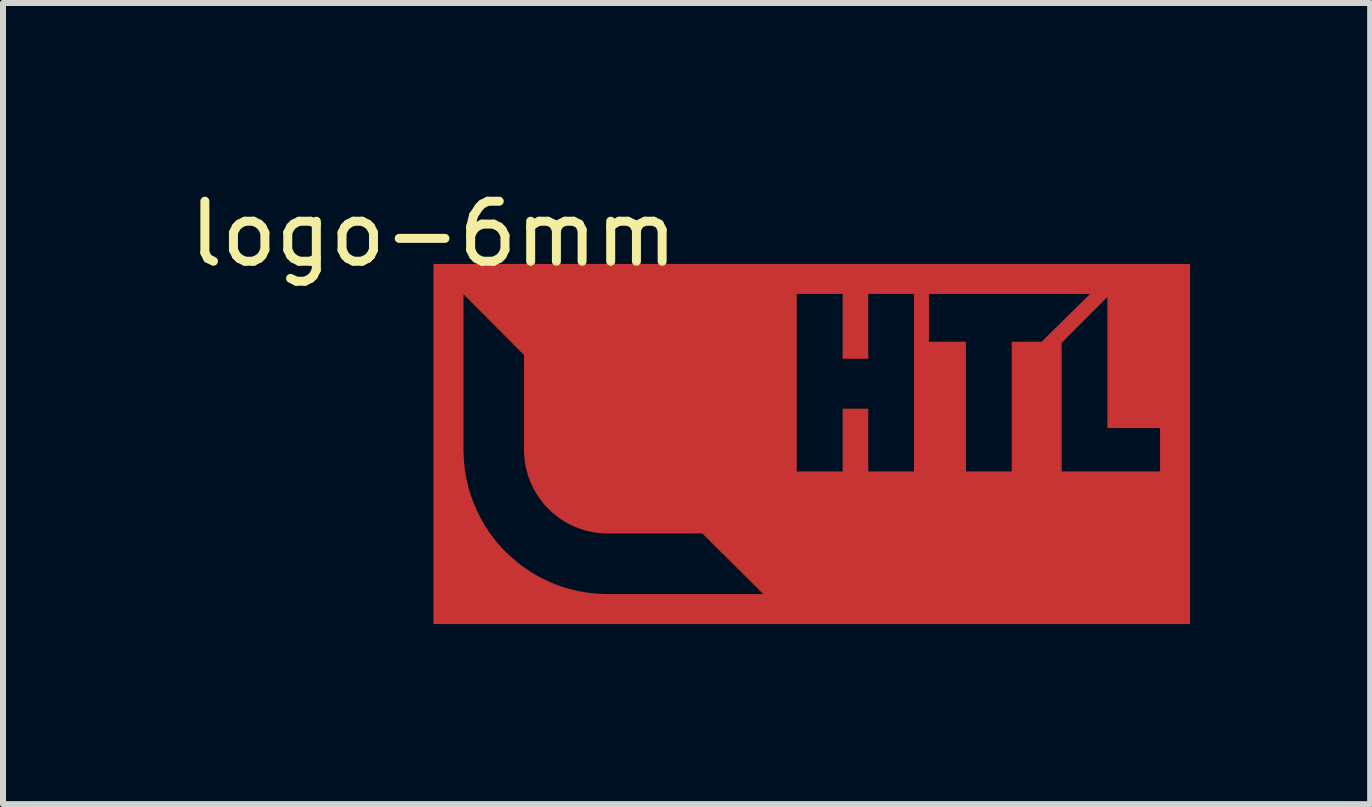
<source format=kicad_pcb>
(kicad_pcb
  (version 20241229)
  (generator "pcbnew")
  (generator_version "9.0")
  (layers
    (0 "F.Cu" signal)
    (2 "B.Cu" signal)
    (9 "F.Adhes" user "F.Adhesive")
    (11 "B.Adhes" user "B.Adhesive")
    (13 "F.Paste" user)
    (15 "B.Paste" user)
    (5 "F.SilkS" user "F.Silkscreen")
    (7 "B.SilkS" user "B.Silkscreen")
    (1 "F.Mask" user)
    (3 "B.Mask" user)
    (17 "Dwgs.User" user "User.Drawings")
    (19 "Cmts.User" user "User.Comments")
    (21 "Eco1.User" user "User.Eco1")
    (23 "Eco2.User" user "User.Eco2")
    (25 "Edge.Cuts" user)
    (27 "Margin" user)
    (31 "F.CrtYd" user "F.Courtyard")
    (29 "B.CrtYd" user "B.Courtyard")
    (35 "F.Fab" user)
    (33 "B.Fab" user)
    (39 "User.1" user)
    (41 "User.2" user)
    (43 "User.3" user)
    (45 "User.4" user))
  (footprint "logo-6mm"
    (layer "F.Cu")
    (at 4.173 1.348)
    (property "Reference" "logo-6mm" (at 0 -0.5 0) (unlocked yes) (layer "F.SilkS") (effects (font (size 1 1) (thickness 0.15))))
    (attr smd)
    (fp_poly (pts (xy 12.606 6) (xy 0 6) (xy 0 0.505) (xy 0.5 0.505) (xy 0.5 3.101) (xy 0.504 3.225) (xy 0.513 3.347) (xy 0.528 3.467) (xy 0.55 3.585) (xy 0.576 3.701) (xy 0.609 3.815) (xy 0.647 3.926) (xy 0.69 4.035) (xy 0.738 4.142) (xy 0.791 4.245) (xy 0.849 4.346) (xy 0.911 4.443) (xy 0.978 4.537) (xy 1.049 4.628) (xy 1.125 4.715) (xy 1.204 4.798) (xy 1.288 4.877) (xy 1.375 4.953) (xy 1.465 5.024) (xy 1.56 5.091) (xy 1.657 5.153) (xy 1.758 5.211) (xy 1.861 5.264) (xy 1.967 5.312) (xy 2.076 5.355) (xy 2.188 5.392) (xy 2.302 5.424) (xy 2.418 5.451) (xy 2.536 5.472) (xy 2.657 5.488) (xy 2.779 5.497) (xy 2.902 5.5) (xy 5.495 5.5) (xy 4.478 4.49) (xy 2.9 4.49) (xy 2.828 4.488) (xy 2.758 4.482) (xy 2.688 4.474) (xy 2.619 4.461) (xy 2.552 4.446) (xy 2.486 4.427) (xy 2.421 4.405) (xy 2.358 4.38) (xy 2.297 4.353) (xy 2.236 4.322) (xy 2.178 4.288) (xy 2.122 4.252) (xy 2.067 4.213) (xy 2.015 4.172) (xy 1.964 4.128) (xy 1.916 4.082) (xy 1.87 4.034) (xy 1.826 3.983) (xy 1.785 3.931) (xy 1.746 3.876) (xy 1.71 3.82) (xy 1.676 3.762) (xy 1.646 3.702) (xy 1.618 3.64) (xy 1.593 3.577) (xy 1.571 3.512) (xy 1.556 3.458) (xy 6.052 3.458) (xy 6.817 3.458) (xy 6.817 2.411) (xy 7.244 2.411) (xy 7.244 3.458) (xy 8.006 3.458) (xy 8.006 1.296) (xy 8.255 1.296) (xy 8.871 1.296) (xy 8.871 3.458) (xy 9.634 3.458) (xy 10.466 3.458) (xy 12.106 3.458) (xy 12.106 2.734) (xy 11.228 2.734) (xy 11.228 0.551) (xy 10.466 1.314) (xy 10.466 3.458) (xy 9.634 3.458) (xy 9.634 1.296) (xy 10.131 1.296) (xy 10.939 0.5) (xy 8.255 0.5) (xy 8.255 1.296) (xy 8.006 1.296) (xy 8.006 0.5) (xy 7.244 0.5) (xy 7.244 1.579) (xy 6.817 1.579) (xy 6.817 0.5) (xy 6.052 0.5) (xy 6.052 3.458) (xy 1.556 3.458) (xy 1.552 3.446) (xy 1.537 3.379) (xy 1.524 3.31) (xy 1.516 3.24) (xy 1.51 3.17) (xy 1.508 3.098) (xy 1.508 1.518) (xy 0.5 0.505) (xy 0 0.505) (xy 0 0) (xy 12.606 0)) (stroke (width 0) (type solid)) (fill yes) (layer "F.Cu"))
    (fp_poly (pts (xy 12.606 6) (xy 0 6) (xy 0 0.505) (xy 0.5 0.505) (xy 0.5 3.101) (xy 0.504 3.225) (xy 0.513 3.347) (xy 0.528 3.467) (xy 0.55 3.585) (xy 0.576 3.701) (xy 0.609 3.815) (xy 0.647 3.927) (xy 0.69 4.035) (xy 0.738 4.142) (xy 0.791 4.245) (xy 0.849 4.346) (xy 0.911 4.443) (xy 0.978 4.537) (xy 1.049 4.628) (xy 1.125 4.715) (xy 1.204 4.798) (xy 1.288 4.877) (xy 1.375 4.953) (xy 1.466 5.024) (xy 1.56 5.091) (xy 1.657 5.153) (xy 1.758 5.211) (xy 1.861 5.264) (xy 1.967 5.312) (xy 2.076 5.355) (xy 2.188 5.392) (xy 2.302 5.425) (xy 2.418 5.451) (xy 2.536 5.472) (xy 2.657 5.488) (xy 2.779 5.497) (xy 2.902 5.5) (xy 5.495 5.5) (xy 5.495 3.681) (xy 6.118 3.681) (xy 6.377 5.494) (xy 7.095 5.494) (xy 7.198 4.895) (xy 7.233 4.689) (xy 7.256 4.543) (xy 7.275 4.675) (xy 7.295 4.803) (xy 7.316 4.927) (xy 7.338 5.048) (xy 7.36 5.165) (xy 7.383 5.278) (xy 7.407 5.388) (xy 7.431 5.494) (xy 8.152 5.494) (xy 8.152 5.494) (xy 8.679 5.494) (xy 9.707 5.494) (xy 10.051 5.494) (xy 10.629 5.494) (xy 10.894 5.494) (xy 12.019 5.494) (xy 12.019 5.131) (xy 11.527 5.131) (xy 12.019 4.044) (xy 12.019 3.681) (xy 10.941 3.681) (xy 10.941 4.044) (xy 11.398 4.044) (xy 10.894 5.231) (xy 10.894 5.494) (xy 10.629 5.494) (xy 10.629 3.681) (xy 10.051 3.681) (xy 10.051 5.494) (xy 9.707 5.494) (xy 9.707 5.131) (xy 9.257 5.131) (xy 9.257 4.733) (xy 9.707 4.733) (xy 9.707 4.388) (xy 9.257 4.388) (xy 9.257 4.044) (xy 9.707 4.044) (xy 9.707 3.681) (xy 8.679 3.681) (xy 8.679 5.494) (xy 8.152 5.494) (xy 8.41 3.681) (xy 7.849 3.681) (xy 7.822 3.839) (xy 7.797 3.998) (xy 7.773 4.157) (xy 7.752 4.318) (xy 7.733 4.479) (xy 7.716 4.642) (xy 7.701 4.805) (xy 7.687 4.969) (xy 7.623 4.279) (xy 7.6 4.047) (xy 7.582 3.87) (xy 7.569 3.748) (xy 7.56 3.681) (xy 6.96 3.681) (xy 6.929 3.869) (xy 6.902 4.047) (xy 6.877 4.217) (xy 6.856 4.377) (xy 6.838 4.528) (xy 6.822 4.669) (xy 6.81 4.802) (xy 6.8 4.925) (xy 6.741 4.313) (xy 6.68 3.681) (xy 6.118 3.681) (xy 5.495 3.681) (xy 5.495 3.458) (xy 10.467 3.458) (xy 12.106 3.458) (xy 12.106 2.734) (xy 11.229 2.734) (xy 11.229 0.551) (xy 10.467 1.314) (xy 10.467 3.458) (xy 5.495 3.458) (xy 5.495 3.458) (xy 6.052 3.458) (xy 6.817 3.458) (xy 6.817 2.411) (xy 7.245 2.411) (xy 7.245 3.458) (xy 8.007 3.458) (xy 8.007 1.296) (xy 8.255 1.296) (xy 8.872 1.296) (xy 8.872 3.458) (xy 9.634 3.458) (xy 9.634 1.296) (xy 10.132 1.296) (xy 10.94 0.5) (xy 8.255 0.5) (xy 8.255 1.296) (xy 8.007 1.296) (xy 8.007 0.5) (xy 7.245 0.5) (xy 7.245 1.579) (xy 6.817 1.579) (xy 6.817 0.5) (xy 6.052 0.5) (xy 6.052 3.458) (xy 5.495 3.458) (xy 5.495 1.183) (xy 5.492 1.18) (xy 4.479 2.194) (xy 4.479 4.49) (xy 2.9 4.49) (xy 2.828 4.488) (xy 2.758 4.482) (xy 2.688 4.474) (xy 2.619 4.461) (xy 2.552 4.446) (xy 2.486 4.427) (xy 2.421 4.405) (xy 2.358 4.38) (xy 2.297 4.352) (xy 2.237 4.322) (xy 2.178 4.288) (xy 2.122 4.252) (xy 2.067 4.213) (xy 2.015 4.172) (xy 1.964 4.128) (xy 1.916 4.082) (xy 1.87 4.034) (xy 1.826 3.983) (xy 1.785 3.931) (xy 1.746 3.876) (xy 1.71 3.82) (xy 1.677 3.762) (xy 1.646 3.702) (xy 1.618 3.64) (xy 1.593 3.577) (xy 1.571 3.512) (xy 1.553 3.446) (xy 1.537 3.379) (xy 1.525 3.31) (xy 1.516 3.24) (xy 1.511 3.17) (xy 1.509 3.098) (xy 1.509 1.518) (xy 3.057 1.518) (xy 3.06 1.52) (xy 2.288 2.299) (xy 2.994 3.003) (xy 4.48 1.519) (xy 5.495 0.505) (xy 0.5 0.505) (xy 0 0.505) (xy 0 0) (xy 12.606 0)) (stroke (width 0) (type solid)) (fill yes) (layer "F.Mask")))
  (gr_rect
    (start -3 -3)
    (end 19.779 10.348)
    (stroke (width 0.1) (type default))
    (fill no)
    (layer "Edge.Cuts")))
</source>
